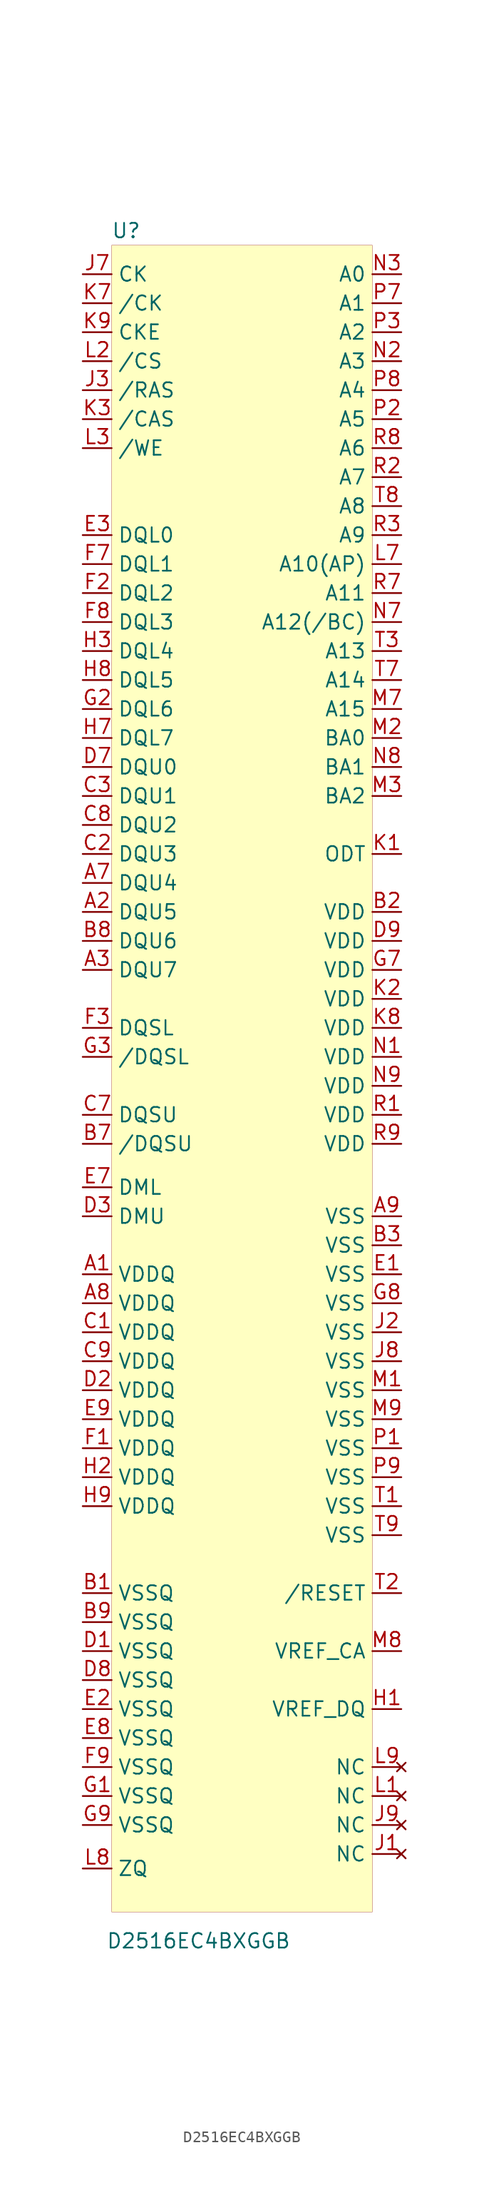
<source format=kicad_sym>
(kicad_symbol_lib
  (version 20201005)
  (generator kicad_symbol_editor)
  (symbol "beaglebone-ai:D2516EC4BXGGB"
    (property "Reference" "U"
      (at -10.16 63.5 0)
      (effects (font (size 1.27 1.27))))
    (property "Value" "D2516EC4BXGGB"
      (at -3.81 -86.36 0)
      (effects (font (size 1.27 1.27))))
    (symbol "D2516EC4BXGGB_0_0"
      (pin power_in line (at -13.97 -27.94 0) (length 2.54) (name "VDDQ" (effects (font (size 1.27 1.27)))) (number "A1" (effects (font (size 1.27 1.27)))))
      (pin bidirectional line (at -13.97 3.81 0) (length 2.54) (name "DQU5" (effects (font (size 1.27 1.27)))) (number "A2" (effects (font (size 1.27 1.27)))))
      (pin bidirectional line (at -13.97 -1.27 0) (length 2.54) (name "DQU7" (effects (font (size 1.27 1.27)))) (number "A3" (effects (font (size 1.27 1.27)))))
      (pin bidirectional line (at -13.97 6.35 0) (length 2.54) (name "DQU4" (effects (font (size 1.27 1.27)))) (number "A7" (effects (font (size 1.27 1.27)))))
      (pin power_in line (at -13.97 -30.48 0) (length 2.54) (name "VDDQ" (effects (font (size 1.27 1.27)))) (number "A8" (effects (font (size 1.27 1.27)))))
      (pin power_in line (at 13.97 -22.86 180) (length 2.54) (name "VSS" (effects (font (size 1.27 1.27)))) (number "A9" (effects (font (size 1.27 1.27)))))
      (pin power_in line (at -13.97 -55.88 0) (length 2.54) (name "VSSQ" (effects (font (size 1.27 1.27)))) (number "B1" (effects (font (size 1.27 1.27)))))
      (pin power_in line (at 13.97 3.81 180) (length 2.54) (name "VDD" (effects (font (size 1.27 1.27)))) (number "B2" (effects (font (size 1.27 1.27)))))
      (pin power_in line (at 13.97 -25.4 180) (length 2.54) (name "VSS" (effects (font (size 1.27 1.27)))) (number "B3" (effects (font (size 1.27 1.27)))))
      (pin input line (at -13.97 -16.51 0) (length 2.54) (name "/DQSU" (effects (font (size 1.27 1.27)))) (number "B7" (effects (font (size 1.27 1.27)))))
      (pin bidirectional line (at -13.97 1.27 0) (length 2.54) (name "DQU6" (effects (font (size 1.27 1.27)))) (number "B8" (effects (font (size 1.27 1.27)))))
      (pin power_in line (at -13.97 -58.42 0) (length 2.54) (name "VSSQ" (effects (font (size 1.27 1.27)))) (number "B9" (effects (font (size 1.27 1.27)))))
      (pin power_in line (at -13.97 -33.02 0) (length 2.54) (name "VDDQ" (effects (font (size 1.27 1.27)))) (number "C1" (effects (font (size 1.27 1.27)))))
      (pin bidirectional line (at -13.97 8.89 0) (length 2.54) (name "DQU3" (effects (font (size 1.27 1.27)))) (number "C2" (effects (font (size 1.27 1.27)))))
      (pin bidirectional line (at -13.97 13.97 0) (length 2.54) (name "DQU1" (effects (font (size 1.27 1.27)))) (number "C3" (effects (font (size 1.27 1.27)))))
      (pin bidirectional line (at -13.97 -13.97 0) (length 2.54) (name "DQSU" (effects (font (size 1.27 1.27)))) (number "C7" (effects (font (size 1.27 1.27)))))
      (pin bidirectional line (at -13.97 11.43 0) (length 2.54) (name "DQU2" (effects (font (size 1.27 1.27)))) (number "C8" (effects (font (size 1.27 1.27)))))
      (pin power_in line (at -13.97 -35.56 0) (length 2.54) (name "VDDQ" (effects (font (size 1.27 1.27)))) (number "C9" (effects (font (size 1.27 1.27)))))
      (pin power_in line (at -13.97 -60.96 0) (length 2.54) (name "VSSQ" (effects (font (size 1.27 1.27)))) (number "D1" (effects (font (size 1.27 1.27)))))
      (pin power_in line (at -13.97 -38.1 0) (length 2.54) (name "VDDQ" (effects (font (size 1.27 1.27)))) (number "D2" (effects (font (size 1.27 1.27)))))
      (pin bidirectional line (at -13.97 -22.86 0) (length 2.54) (name "DMU" (effects (font (size 1.27 1.27)))) (number "D3" (effects (font (size 1.27 1.27)))))
      (pin bidirectional line (at -13.97 16.51 0) (length 2.54) (name "DQU0" (effects (font (size 1.27 1.27)))) (number "D7" (effects (font (size 1.27 1.27)))))
      (pin power_in line (at -13.97 -63.5 0) (length 2.54) (name "VSSQ" (effects (font (size 1.27 1.27)))) (number "D8" (effects (font (size 1.27 1.27)))))
      (pin power_in line (at 13.97 1.27 180) (length 2.54) (name "VDD" (effects (font (size 1.27 1.27)))) (number "D9" (effects (font (size 1.27 1.27)))))
      (pin power_in line (at 13.97 -27.94 180) (length 2.54) (name "VSS" (effects (font (size 1.27 1.27)))) (number "E1" (effects (font (size 1.27 1.27)))))
      (pin power_in line (at -13.97 -66.04 0) (length 2.54) (name "VSSQ" (effects (font (size 1.27 1.27)))) (number "E2" (effects (font (size 1.27 1.27)))))
      (pin bidirectional line (at -13.97 36.83 0) (length 2.54) (name "DQL0" (effects (font (size 1.27 1.27)))) (number "E3" (effects (font (size 1.27 1.27)))))
      (pin bidirectional line (at -13.97 -20.32 0) (length 2.54) (name "DML" (effects (font (size 1.27 1.27)))) (number "E7" (effects (font (size 1.27 1.27)))))
      (pin power_in line (at -13.97 -68.58 0) (length 2.54) (name "VSSQ" (effects (font (size 1.27 1.27)))) (number "E8" (effects (font (size 1.27 1.27)))))
      (pin power_in line (at -13.97 -40.64 0) (length 2.54) (name "VDDQ" (effects (font (size 1.27 1.27)))) (number "E9" (effects (font (size 1.27 1.27)))))
      (pin power_in line (at -13.97 -43.18 0) (length 2.54) (name "VDDQ" (effects (font (size 1.27 1.27)))) (number "F1" (effects (font (size 1.27 1.27)))))
      (pin bidirectional line (at -13.97 31.75 0) (length 2.54) (name "DQL2" (effects (font (size 1.27 1.27)))) (number "F2" (effects (font (size 1.27 1.27)))))
      (pin bidirectional line (at -13.97 -6.35 0) (length 2.54) (name "DQSL" (effects (font (size 1.27 1.27)))) (number "F3" (effects (font (size 1.27 1.27)))))
      (pin bidirectional line (at -13.97 34.29 0) (length 2.54) (name "DQL1" (effects (font (size 1.27 1.27)))) (number "F7" (effects (font (size 1.27 1.27)))))
      (pin bidirectional line (at -13.97 29.21 0) (length 2.54) (name "DQL3" (effects (font (size 1.27 1.27)))) (number "F8" (effects (font (size 1.27 1.27)))))
      (pin power_in line (at -13.97 -71.12 0) (length 2.54) (name "VSSQ" (effects (font (size 1.27 1.27)))) (number "F9" (effects (font (size 1.27 1.27)))))
      (pin power_in line (at -13.97 -73.66 0) (length 2.54) (name "VSSQ" (effects (font (size 1.27 1.27)))) (number "G1" (effects (font (size 1.27 1.27)))))
      (pin bidirectional line (at -13.97 21.59 0) (length 2.54) (name "DQL6" (effects (font (size 1.27 1.27)))) (number "G2" (effects (font (size 1.27 1.27)))))
      (pin input line (at -13.97 -8.89 0) (length 2.54) (name "/DQSL" (effects (font (size 1.27 1.27)))) (number "G3" (effects (font (size 1.27 1.27)))))
      (pin power_in line (at 13.97 -1.27 180) (length 2.54) (name "VDD" (effects (font (size 1.27 1.27)))) (number "G7" (effects (font (size 1.27 1.27)))))
      (pin power_in line (at 13.97 -30.48 180) (length 2.54) (name "VSS" (effects (font (size 1.27 1.27)))) (number "G8" (effects (font (size 1.27 1.27)))))
      (pin power_in line (at -13.97 -76.2 0) (length 2.54) (name "VSSQ" (effects (font (size 1.27 1.27)))) (number "G9" (effects (font (size 1.27 1.27)))))
      (pin input line (at 13.97 -66.04 180) (length 2.54) (name "VREF_DQ" (effects (font (size 1.27 1.27)))) (number "H1" (effects (font (size 1.27 1.27)))))
      (pin power_in line (at -13.97 -45.72 0) (length 2.54) (name "VDDQ" (effects (font (size 1.27 1.27)))) (number "H2" (effects (font (size 1.27 1.27)))))
      (pin bidirectional line (at -13.97 26.67 0) (length 2.54) (name "DQL4" (effects (font (size 1.27 1.27)))) (number "H3" (effects (font (size 1.27 1.27)))))
      (pin bidirectional line (at -13.97 19.05 0) (length 2.54) (name "DQL7" (effects (font (size 1.27 1.27)))) (number "H7" (effects (font (size 1.27 1.27)))))
      (pin bidirectional line (at -13.97 24.13 0) (length 2.54) (name "DQL5" (effects (font (size 1.27 1.27)))) (number "H8" (effects (font (size 1.27 1.27)))))
      (pin power_in line (at -13.97 -48.26 0) (length 2.54) (name "VDDQ" (effects (font (size 1.27 1.27)))) (number "H9" (effects (font (size 1.27 1.27)))))
      (pin no_connect line (at 13.97 -78.74 180) (length 2.54) (name "NC" (effects (font (size 1.27 1.27)))) (number "J1" (effects (font (size 1.27 1.27)))))
      (pin power_in line (at 13.97 -33.02 180) (length 2.54) (name "VSS" (effects (font (size 1.27 1.27)))) (number "J2" (effects (font (size 1.27 1.27)))))
      (pin input line (at -13.97 49.53 0) (length 2.54) (name "/RAS" (effects (font (size 1.27 1.27)))) (number "J3" (effects (font (size 1.27 1.27)))))
      (pin input line (at -13.97 59.69 0) (length 2.54) (name "CK" (effects (font (size 1.27 1.27)))) (number "J7" (effects (font (size 1.27 1.27)))))
      (pin power_in line (at 13.97 -35.56 180) (length 2.54) (name "VSS" (effects (font (size 1.27 1.27)))) (number "J8" (effects (font (size 1.27 1.27)))))
      (pin no_connect line (at 13.97 -76.2 180) (length 2.54) (name "NC" (effects (font (size 1.27 1.27)))) (number "J9" (effects (font (size 1.27 1.27)))))
      (pin passive line (at 13.97 8.89 180) (length 2.54) (name "ODT" (effects (font (size 1.27 1.27)))) (number "K1" (effects (font (size 1.27 1.27)))))
      (pin power_in line (at 13.97 -3.81 180) (length 2.54) (name "VDD" (effects (font (size 1.27 1.27)))) (number "K2" (effects (font (size 1.27 1.27)))))
      (pin input line (at -13.97 46.99 0) (length 2.54) (name "/CAS" (effects (font (size 1.27 1.27)))) (number "K3" (effects (font (size 1.27 1.27)))))
      (pin input line (at -13.97 57.15 0) (length 2.54) (name "/CK" (effects (font (size 1.27 1.27)))) (number "K7" (effects (font (size 1.27 1.27)))))
      (pin power_in line (at 13.97 -6.35 180) (length 2.54) (name "VDD" (effects (font (size 1.27 1.27)))) (number "K8" (effects (font (size 1.27 1.27)))))
      (pin input line (at -13.97 54.61 0) (length 2.54) (name "CKE" (effects (font (size 1.27 1.27)))) (number "K9" (effects (font (size 1.27 1.27)))))
      (pin no_connect line (at 13.97 -73.66 180) (length 2.54) (name "NC" (effects (font (size 1.27 1.27)))) (number "L1" (effects (font (size 1.27 1.27)))))
      (pin input line (at -13.97 52.07 0) (length 2.54) (name "/CS" (effects (font (size 1.27 1.27)))) (number "L2" (effects (font (size 1.27 1.27)))))
      (pin input line (at -13.97 44.45 0) (length 2.54) (name "/WE" (effects (font (size 1.27 1.27)))) (number "L3" (effects (font (size 1.27 1.27)))))
      (pin input line (at 13.97 34.29 180) (length 2.54) (name "A10(AP)" (effects (font (size 1.27 1.27)))) (number "L7" (effects (font (size 1.27 1.27)))))
      (pin input line (at -13.97 -80.01 0) (length 2.54) (name "ZQ" (effects (font (size 1.27 1.27)))) (number "L8" (effects (font (size 1.27 1.27)))))
      (pin no_connect line (at 13.97 -71.12 180) (length 2.54) (name "NC" (effects (font (size 1.27 1.27)))) (number "L9" (effects (font (size 1.27 1.27)))))
      (pin power_in line (at 13.97 -38.1 180) (length 2.54) (name "VSS" (effects (font (size 1.27 1.27)))) (number "M1" (effects (font (size 1.27 1.27)))))
      (pin input line (at 13.97 19.05 180) (length 2.54) (name "BA0" (effects (font (size 1.27 1.27)))) (number "M2" (effects (font (size 1.27 1.27)))))
      (pin input line (at 13.97 13.97 180) (length 2.54) (name "BA2" (effects (font (size 1.27 1.27)))) (number "M3" (effects (font (size 1.27 1.27)))))
      (pin input line (at 13.97 21.59 180) (length 2.54) (name "A15" (effects (font (size 1.27 1.27)))) (number "M7" (effects (font (size 1.27 1.27)))))
      (pin input line (at 13.97 -60.96 180) (length 2.54) (name "VREF_CA" (effects (font (size 1.27 1.27)))) (number "M8" (effects (font (size 1.27 1.27)))))
      (pin power_in line (at 13.97 -40.64 180) (length 2.54) (name "VSS" (effects (font (size 1.27 1.27)))) (number "M9" (effects (font (size 1.27 1.27)))))
      (pin power_in line (at 13.97 -8.89 180) (length 2.54) (name "VDD" (effects (font (size 1.27 1.27)))) (number "N1" (effects (font (size 1.27 1.27)))))
      (pin input line (at 13.97 52.07 180) (length 2.54) (name "A3" (effects (font (size 1.27 1.27)))) (number "N2" (effects (font (size 1.27 1.27)))))
      (pin input line (at 13.97 59.69 180) (length 2.54) (name "A0" (effects (font (size 1.27 1.27)))) (number "N3" (effects (font (size 1.27 1.27)))))
      (pin input line (at 13.97 29.21 180) (length 2.54) (name "A12(/BC)" (effects (font (size 1.27 1.27)))) (number "N7" (effects (font (size 1.27 1.27)))))
      (pin input line (at 13.97 16.51 180) (length 2.54) (name "BA1" (effects (font (size 1.27 1.27)))) (number "N8" (effects (font (size 1.27 1.27)))))
      (pin power_in line (at 13.97 -11.43 180) (length 2.54) (name "VDD" (effects (font (size 1.27 1.27)))) (number "N9" (effects (font (size 1.27 1.27)))))
      (pin power_in line (at 13.97 -43.18 180) (length 2.54) (name "VSS" (effects (font (size 1.27 1.27)))) (number "P1" (effects (font (size 1.27 1.27)))))
      (pin input line (at 13.97 46.99 180) (length 2.54) (name "A5" (effects (font (size 1.27 1.27)))) (number "P2" (effects (font (size 1.27 1.27)))))
      (pin input line (at 13.97 54.61 180) (length 2.54) (name "A2" (effects (font (size 1.27 1.27)))) (number "P3" (effects (font (size 1.27 1.27)))))
      (pin input line (at 13.97 57.15 180) (length 2.54) (name "A1" (effects (font (size 1.27 1.27)))) (number "P7" (effects (font (size 1.27 1.27)))))
      (pin input line (at 13.97 49.53 180) (length 2.54) (name "A4" (effects (font (size 1.27 1.27)))) (number "P8" (effects (font (size 1.27 1.27)))))
      (pin power_in line (at 13.97 -45.72 180) (length 2.54) (name "VSS" (effects (font (size 1.27 1.27)))) (number "P9" (effects (font (size 1.27 1.27)))))
      (pin power_in line (at 13.97 -13.97 180) (length 2.54) (name "VDD" (effects (font (size 1.27 1.27)))) (number "R1" (effects (font (size 1.27 1.27)))))
      (pin input line (at 13.97 41.91 180) (length 2.54) (name "A7" (effects (font (size 1.27 1.27)))) (number "R2" (effects (font (size 1.27 1.27)))))
      (pin input line (at 13.97 36.83 180) (length 2.54) (name "A9" (effects (font (size 1.27 1.27)))) (number "R3" (effects (font (size 1.27 1.27)))))
      (pin input line (at 13.97 31.75 180) (length 2.54) (name "A11" (effects (font (size 1.27 1.27)))) (number "R7" (effects (font (size 1.27 1.27)))))
      (pin input line (at 13.97 44.45 180) (length 2.54) (name "A6" (effects (font (size 1.27 1.27)))) (number "R8" (effects (font (size 1.27 1.27)))))
      (pin power_in line (at 13.97 -16.51 180) (length 2.54) (name "VDD" (effects (font (size 1.27 1.27)))) (number "R9" (effects (font (size 1.27 1.27)))))
      (pin power_in line (at 13.97 -48.26 180) (length 2.54) (name "VSS" (effects (font (size 1.27 1.27)))) (number "T1" (effects (font (size 1.27 1.27)))))
      (pin input line (at 13.97 -55.88 180) (length 2.54) (name "/RESET" (effects (font (size 1.27 1.27)))) (number "T2" (effects (font (size 1.27 1.27)))))
      (pin input line (at 13.97 26.67 180) (length 2.54) (name "A13" (effects (font (size 1.27 1.27)))) (number "T3" (effects (font (size 1.27 1.27)))))
      (pin input line (at 13.97 24.13 180) (length 2.54) (name "A14" (effects (font (size 1.27 1.27)))) (number "T7" (effects (font (size 1.27 1.27)))))
      (pin input line (at 13.97 39.37 180) (length 2.54) (name "A8" (effects (font (size 1.27 1.27)))) (number "T8" (effects (font (size 1.27 1.27)))))
      (pin power_in line (at 13.97 -50.8 180) (length 2.54) (name "VSS" (effects (font (size 1.27 1.27)))) (number "T9" (effects (font (size 1.27 1.27))))))
    (symbol "D2516EC4BXGGB_0_1"
      (rectangle (start -11.43 62.23) (end 11.43 -83.82) (stroke (width 0.001)) (fill (type background))))))
</source>
